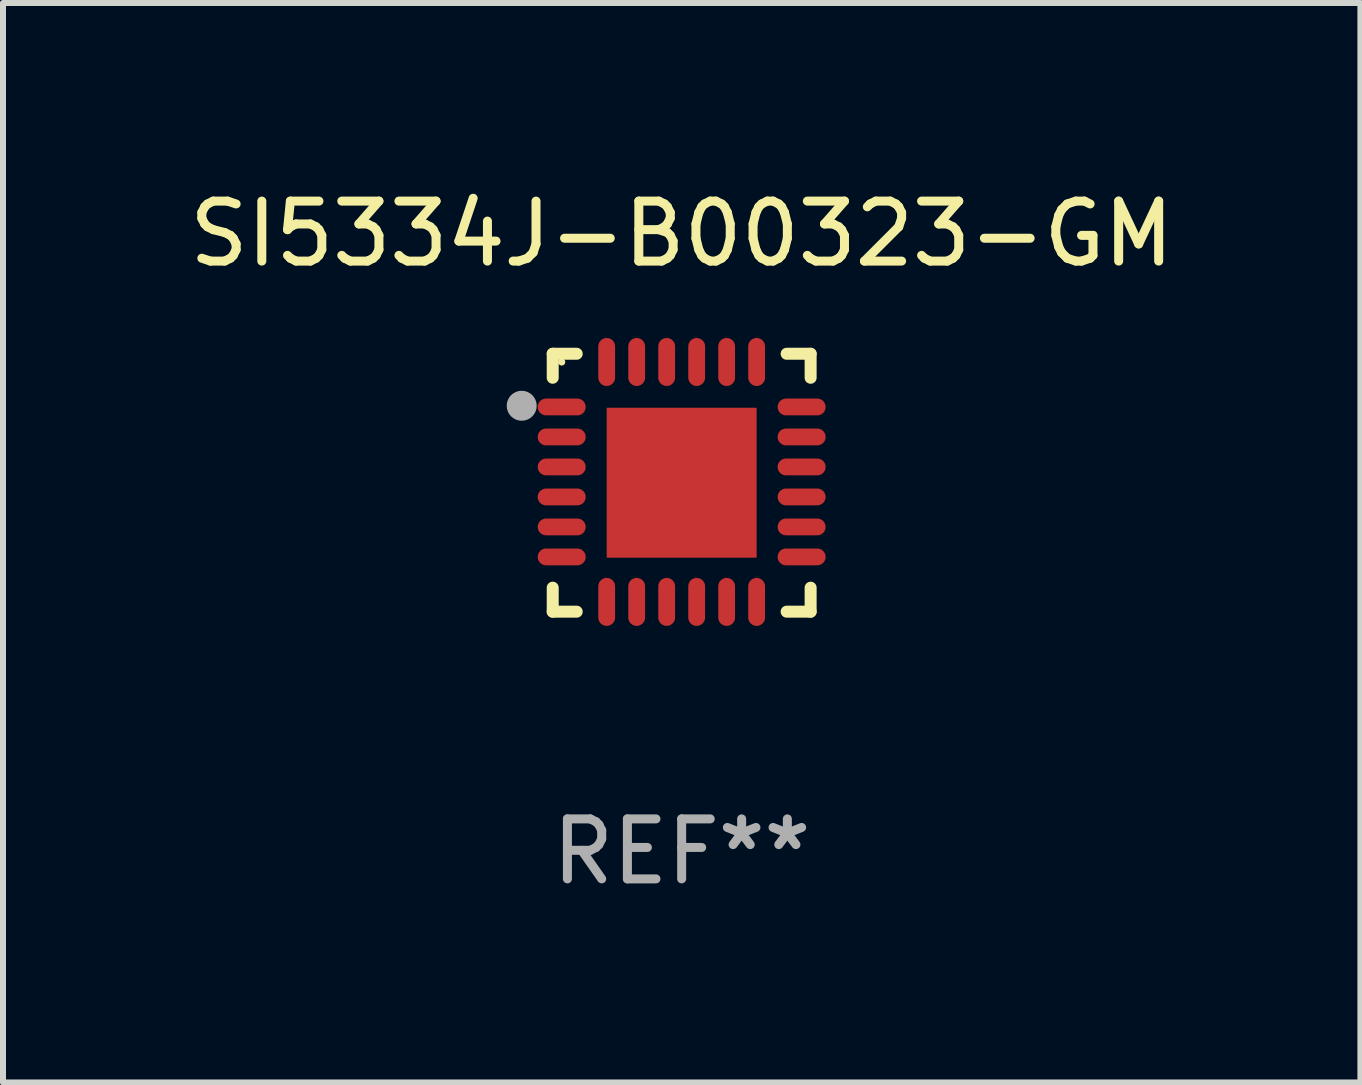
<source format=kicad_pcb>
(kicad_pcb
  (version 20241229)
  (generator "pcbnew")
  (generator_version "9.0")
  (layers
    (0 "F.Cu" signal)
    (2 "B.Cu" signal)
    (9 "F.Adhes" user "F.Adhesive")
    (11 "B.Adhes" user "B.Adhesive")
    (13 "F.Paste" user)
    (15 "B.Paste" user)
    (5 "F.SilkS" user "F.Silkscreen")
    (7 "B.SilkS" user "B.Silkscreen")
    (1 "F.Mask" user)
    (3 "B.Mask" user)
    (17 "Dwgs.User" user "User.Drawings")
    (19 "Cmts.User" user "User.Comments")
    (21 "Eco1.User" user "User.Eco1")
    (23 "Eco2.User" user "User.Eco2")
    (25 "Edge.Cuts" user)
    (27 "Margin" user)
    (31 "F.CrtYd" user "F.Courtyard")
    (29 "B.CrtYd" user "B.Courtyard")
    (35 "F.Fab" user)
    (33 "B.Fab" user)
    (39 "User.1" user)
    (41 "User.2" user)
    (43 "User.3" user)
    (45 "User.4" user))
  (footprint "SI5334J-B00323-GM"
    (layer "F.Cu")
    (at 8.315 4.998)
    (property "Reference" "SI5334J-B00323-GM" (at 0 -4.15 0) (layer "F.SilkS") (effects (font (size 1 1) (thickness 0.15))))
    (attr through_hole)
    (fp_line (start -2.15 -2.15) (end -1.75 -2.15) (stroke (width 0.2) (type solid)) (layer "F.SilkS"))
    (fp_line (start -2.15 -1.75) (end -2.15 -2.15) (stroke (width 0.2) (type solid)) (layer "F.SilkS"))
    (fp_line (start -2.15 2.15) (end -2.15 1.75) (stroke (width 0.2) (type solid)) (layer "F.SilkS"))
    (fp_line (start -1.75 2.15) (end -2.15 2.15) (stroke (width 0.2) (type solid)) (layer "F.SilkS"))
    (fp_line (start 1.75 -2.15) (end 2.15 -2.15) (stroke (width 0.2) (type solid)) (layer "F.SilkS"))
    (fp_line (start 1.75 2.15) (end 2.15 2.15) (stroke (width 0.2) (type solid)) (layer "F.SilkS"))
    (fp_line (start 2.15 -2.15) (end 2.15 -1.75) (stroke (width 0.2) (type solid)) (layer "F.SilkS"))
    (fp_line (start 2.15 2.15) (end 2.15 1.75) (stroke (width 0.2) (type solid)) (layer "F.SilkS"))
    (fp_circle (center -2 -2.013) (end -1.97 -2.013) (stroke (width 0.06) (type solid)) (fill no) (layer "F.SilkS"))
    (fp_circle (center -2.667 -1.283) (end -2.542 -1.283) (stroke (width 0.25) (type solid)) (fill no) (layer "F.Fab"))
    (fp_text user "REF**" (at 0 6.15 0) (layer "F.Fab") (effects (font (size 1 1) (thickness 0.15))))
    (pad "1" smd oval (at -2 -1.263) (size 0.8 0.28) (layers "F.Cu" "F.Mask" "F.Paste"))
    (pad "2" smd oval (at -2 -0.763) (size 0.8 0.28) (layers "F.Cu" "F.Mask" "F.Paste"))
    (pad "3" smd oval (at -2 -0.263) (size 0.8 0.28) (layers "F.Cu" "F.Mask" "F.Paste"))
    (pad "4" smd oval (at -2 0.237) (size 0.8 0.28) (layers "F.Cu" "F.Mask" "F.Paste"))
    (pad "5" smd oval (at -2 0.737) (size 0.8 0.28) (layers "F.Cu" "F.Mask" "F.Paste"))
    (pad "6" smd oval (at -2 1.237) (size 0.8 0.28) (layers "F.Cu" "F.Mask" "F.Paste"))
    (pad "7" smd oval (at -1.25 1.987) (size 0.28 0.8) (layers "F.Cu" "F.Mask" "F.Paste"))
    (pad "8" smd oval (at -0.75 1.987) (size 0.28 0.8) (layers "F.Cu" "F.Mask" "F.Paste"))
    (pad "9" smd oval (at -0.25 1.987) (size 0.28 0.8) (layers "F.Cu" "F.Mask" "F.Paste"))
    (pad "10" smd oval (at 0.25 1.987) (size 0.28 0.8) (layers "F.Cu" "F.Mask" "F.Paste"))
    (pad "11" smd oval (at 0.75 1.987) (size 0.28 0.8) (layers "F.Cu" "F.Mask" "F.Paste"))
    (pad "12" smd oval (at 1.25 1.987) (size 0.28 0.8) (layers "F.Cu" "F.Mask" "F.Paste"))
    (pad "13" smd oval (at 2 1.237) (size 0.8 0.28) (layers "F.Cu" "F.Mask" "F.Paste"))
    (pad "14" smd oval (at 2 0.737) (size 0.8 0.28) (layers "F.Cu" "F.Mask" "F.Paste"))
    (pad "15" smd oval (at 2 0.237) (size 0.8 0.28) (layers "F.Cu" "F.Mask" "F.Paste"))
    (pad "16" smd oval (at 2 -0.263) (size 0.8 0.28) (layers "F.Cu" "F.Mask" "F.Paste"))
    (pad "17" smd oval (at 2 -0.763) (size 0.8 0.28) (layers "F.Cu" "F.Mask" "F.Paste"))
    (pad "18" smd oval (at 2 -1.263) (size 0.8 0.28) (layers "F.Cu" "F.Mask" "F.Paste"))
    (pad "19" smd oval (at 1.25 -2.013) (size 0.28 0.8) (layers "F.Cu" "F.Mask" "F.Paste"))
    (pad "20" smd oval (at 0.75 -2.013) (size 0.28 0.8) (layers "F.Cu" "F.Mask" "F.Paste"))
    (pad "21" smd oval (at 0.25 -2.013) (size 0.28 0.8) (layers "F.Cu" "F.Mask" "F.Paste"))
    (pad "22" smd oval (at -0.25 -2.013) (size 0.28 0.8) (layers "F.Cu" "F.Mask" "F.Paste"))
    (pad "23" smd oval (at -0.75 -2.013) (size 0.28 0.8) (layers "F.Cu" "F.Mask" "F.Paste"))
    (pad "24" smd oval (at -1.25 -2.013) (size 0.28 0.8) (layers "F.Cu" "F.Mask" "F.Paste"))
    (pad "25" smd rect (at -0.000127 -0.00014) (size 2.5 2.5) (layers "F.Cu" "F.Mask" "F.Paste")))
  (gr_rect
    (start -3 -3)
    (end 19.631 14.997)
    (stroke (width 0.1) (type default))
    (fill no)
    (layer "Edge.Cuts")))
</source>
